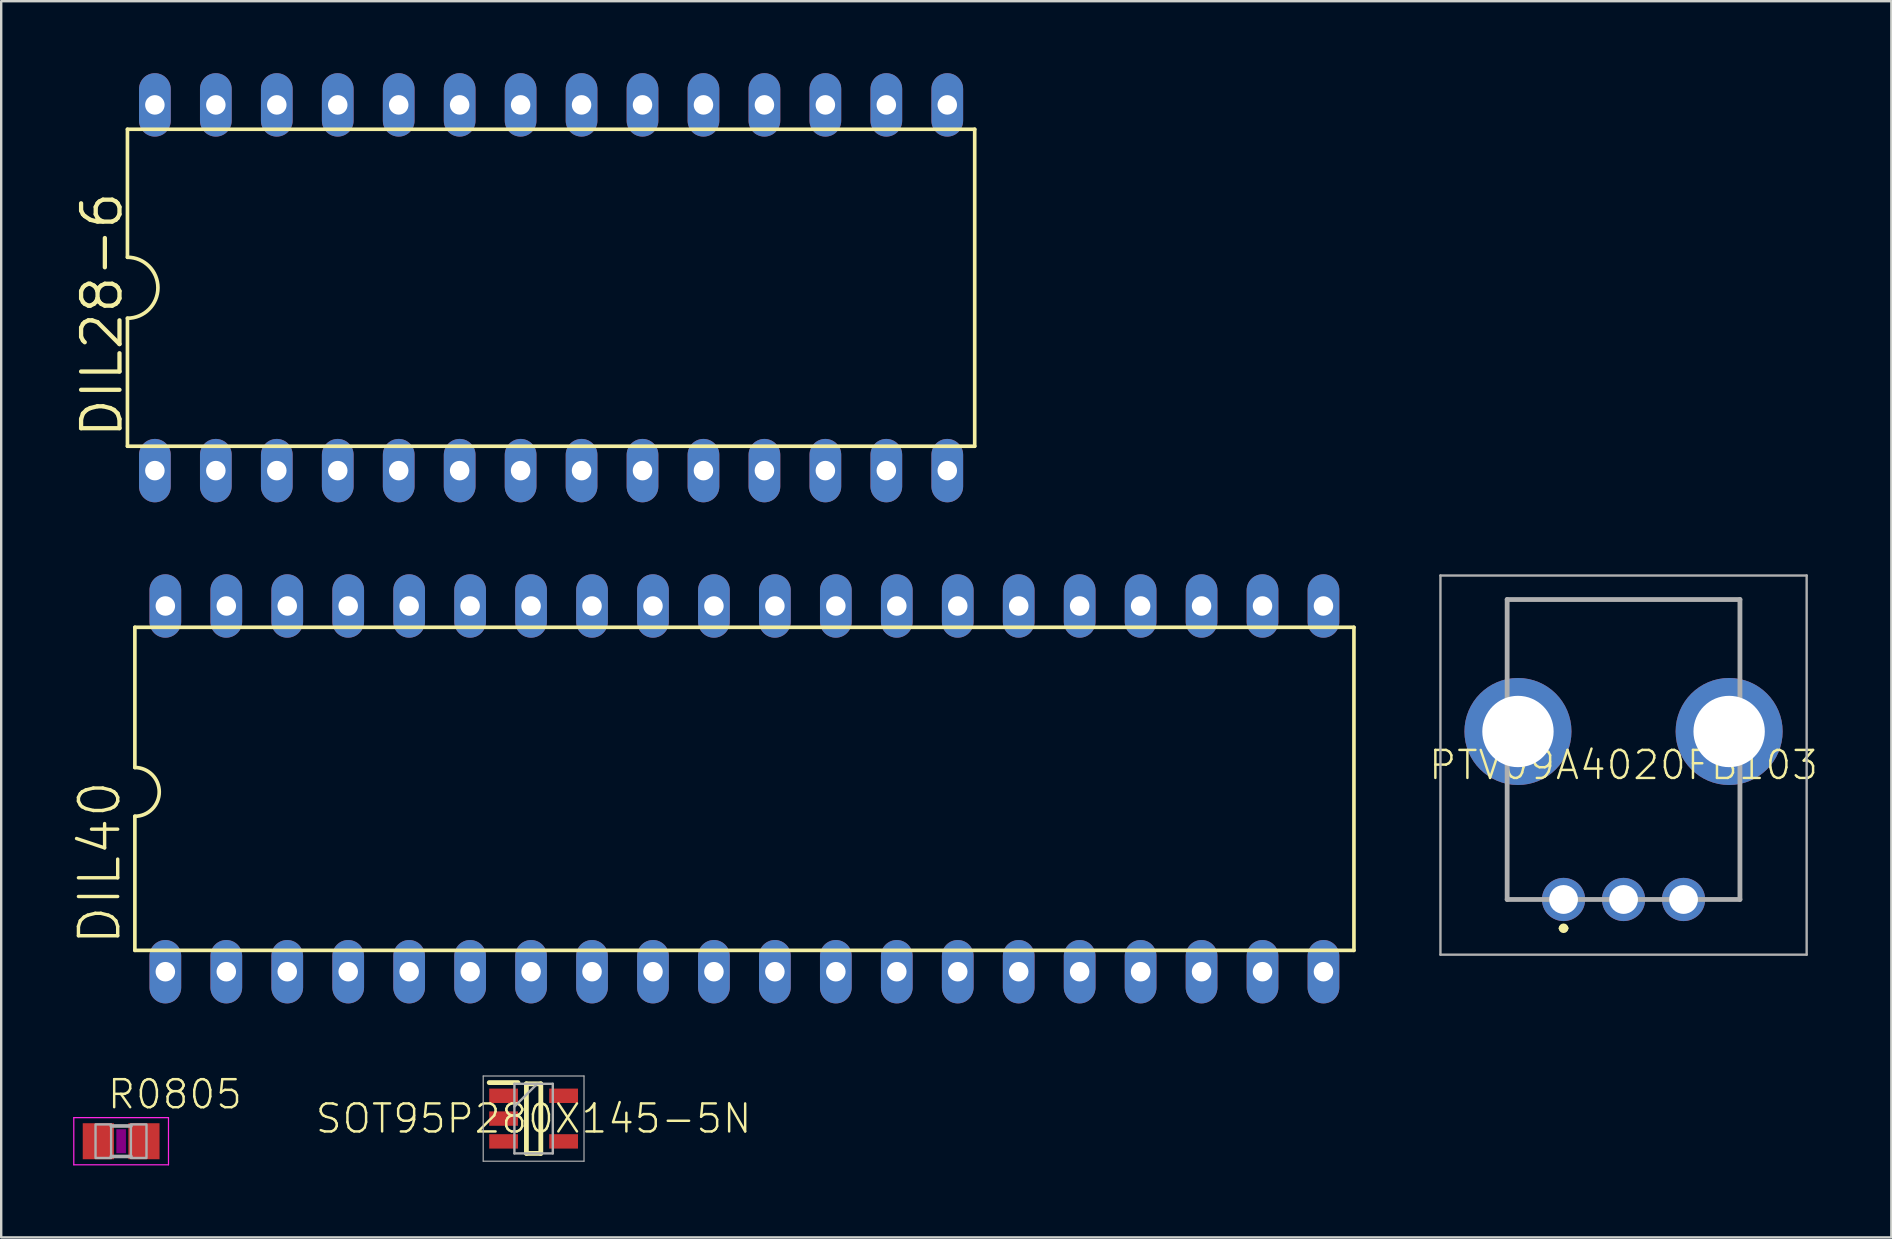
<source format=kicad_pcb>
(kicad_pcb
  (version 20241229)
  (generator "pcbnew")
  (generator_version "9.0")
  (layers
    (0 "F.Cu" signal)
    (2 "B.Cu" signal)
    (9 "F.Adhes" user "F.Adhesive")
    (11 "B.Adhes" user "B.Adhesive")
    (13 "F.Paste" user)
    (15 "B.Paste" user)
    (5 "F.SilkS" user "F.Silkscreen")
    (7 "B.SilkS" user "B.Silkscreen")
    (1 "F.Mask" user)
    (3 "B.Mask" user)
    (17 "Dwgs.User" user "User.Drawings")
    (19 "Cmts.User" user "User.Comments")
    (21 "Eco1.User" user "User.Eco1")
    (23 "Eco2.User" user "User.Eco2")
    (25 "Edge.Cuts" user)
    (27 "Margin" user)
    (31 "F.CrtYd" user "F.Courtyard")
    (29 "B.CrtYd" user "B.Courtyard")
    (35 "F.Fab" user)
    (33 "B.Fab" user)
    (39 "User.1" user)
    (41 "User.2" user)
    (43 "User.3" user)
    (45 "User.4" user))
  (footprint "SOT95P280X145-5N"
    (layer "F.Cu")
    (at 19.186 43.563)
    (property "Reference" "SOT95P280X145-5N" (at 0 0 0) (layer "F.SilkS") (effects (font (size 1.168 1.168) (thickness 0.102))))
    (fp_line (start -1.85 -1.5) (end -0.65 -1.5) (stroke (width 0.2) (type solid)) (layer "F.SilkS"))
    (fp_line (start -0.3 -1.45) (end 0.3 -1.45) (stroke (width 0.2) (type solid)) (layer "F.SilkS"))
    (fp_line (start -0.3 1.45) (end -0.3 -1.45) (stroke (width 0.2) (type solid)) (layer "F.SilkS"))
    (fp_line (start 0.3 -1.45) (end 0.3 1.45) (stroke (width 0.2) (type solid)) (layer "F.SilkS"))
    (fp_line (start 0.3 1.45) (end -0.3 1.45) (stroke (width 0.2) (type solid)) (layer "F.SilkS"))
    (fp_line (start -2.1 -1.775) (end 2.1 -1.775) (stroke (width 0.05) (type solid)) (layer "F.Fab"))
    (fp_line (start -2.1 1.775) (end -2.1 -1.775) (stroke (width 0.05) (type solid)) (layer "F.Fab"))
    (fp_line (start -0.8 -1.45) (end 0.8 -1.45) (stroke (width 0.1) (type solid)) (layer "F.Fab"))
    (fp_line (start -0.8 -0.5) (end 0.15 -1.45) (stroke (width 0.1) (type solid)) (layer "F.Fab"))
    (fp_line (start -0.8 1.45) (end -0.8 -1.45) (stroke (width 0.1) (type solid)) (layer "F.Fab"))
    (fp_line (start 0.8 -1.45) (end 0.8 1.45) (stroke (width 0.1) (type solid)) (layer "F.Fab"))
    (fp_line (start 0.8 1.45) (end -0.8 1.45) (stroke (width 0.1) (type solid)) (layer "F.Fab"))
    (fp_line (start 2.1 -1.775) (end 2.1 1.775) (stroke (width 0.05) (type solid)) (layer "F.Fab"))
    (fp_line (start 2.1 1.775) (end -2.1 1.775) (stroke (width 0.05) (type solid)) (layer "F.Fab"))
    (pad "1" smd rect (at -1.25 -0.95) (size 1.2 0.6) (layers "F.Cu" "F.Mask" "F.Paste"))
    (pad "2" smd rect (at -1.25 0) (size 1.2 0.6) (layers "F.Cu" "F.Mask" "F.Paste"))
    (pad "3" smd rect (at -1.25 0.95) (size 1.2 0.6) (layers "F.Cu" "F.Mask" "F.Paste"))
    (pad "4" smd rect (at 1.25 0.95) (size 1.2 0.6) (layers "F.Cu" "F.Mask" "F.Paste"))
    (pad "5" smd rect (at 1.25 -0.95) (size 1.2 0.6) (layers "F.Cu" "F.Mask" "F.Paste")))
  (footprint "DIL28-6"
    (layer "F.Cu")
    (at 19.914 8.941)
    (property "Reference" "DIL28-6" (at -17.78 6.35 90) (layer "F.SilkS") (effects (font (size 1.6 1.6) (thickness 0.178)) (justify left bottom)))
    (fp_line (start -17.653 -6.604) (end -17.653 -1.27) (stroke (width 0.152) (type solid)) (layer "F.SilkS"))
    (fp_line (start -17.653 -6.604) (end 17.653 -6.604) (stroke (width 0.152) (type solid)) (layer "F.SilkS"))
    (fp_line (start -17.653 1.27) (end -17.653 6.604) (stroke (width 0.152) (type solid)) (layer "F.SilkS"))
    (fp_line (start -17.653 6.604) (end 17.653 6.604) (stroke (width 0.152) (type solid)) (layer "F.SilkS"))
    (fp_line (start 17.653 6.604) (end 17.653 -6.604) (stroke (width 0.152) (type solid)) (layer "F.SilkS"))
    (fp_arc (start -17.653 -1.27) (mid -16.383 0) (end -17.653 1.27) (stroke (width 0.1524) (type solid)) (layer "F.SilkS"))
    (pad "1" thru_hole oval (at -16.51 7.62 90) (size 2.642 1.321) (drill 0.813) (layers "*.Cu" "*.Mask"))
    (pad "2" thru_hole oval (at -13.97 7.62 90) (size 2.642 1.321) (drill 0.813) (layers "*.Cu" "*.Mask"))
    (pad "3" thru_hole oval (at -11.43 7.62 90) (size 2.642 1.321) (drill 0.813) (layers "*.Cu" "*.Mask"))
    (pad "4" thru_hole oval (at -8.89 7.62 90) (size 2.642 1.321) (drill 0.813) (layers "*.Cu" "*.Mask"))
    (pad "5" thru_hole oval (at -6.35 7.62 90) (size 2.642 1.321) (drill 0.813) (layers "*.Cu" "*.Mask"))
    (pad "6" thru_hole oval (at -3.81 7.62 90) (size 2.642 1.321) (drill 0.813) (layers "*.Cu" "*.Mask"))
    (pad "7" thru_hole oval (at -1.27 7.62 90) (size 2.642 1.321) (drill 0.813) (layers "*.Cu" "*.Mask"))
    (pad "8" thru_hole oval (at 1.27 7.62 90) (size 2.642 1.321) (drill 0.813) (layers "*.Cu" "*.Mask"))
    (pad "9" thru_hole oval (at 3.81 7.62 90) (size 2.642 1.321) (drill 0.813) (layers "*.Cu" "*.Mask"))
    (pad "10" thru_hole oval (at 6.35 7.62 90) (size 2.642 1.321) (drill 0.813) (layers "*.Cu" "*.Mask"))
    (pad "11" thru_hole oval (at 8.89 7.62 90) (size 2.642 1.321) (drill 0.813) (layers "*.Cu" "*.Mask"))
    (pad "12" thru_hole oval (at 11.43 7.62 90) (size 2.642 1.321) (drill 0.813) (layers "*.Cu" "*.Mask"))
    (pad "13" thru_hole oval (at 13.97 7.62 90) (size 2.642 1.321) (drill 0.813) (layers "*.Cu" "*.Mask"))
    (pad "14" thru_hole oval (at 16.51 7.62 90) (size 2.642 1.321) (drill 0.813) (layers "*.Cu" "*.Mask"))
    (pad "15" thru_hole oval (at 16.51 -7.62 90) (size 2.642 1.321) (drill 0.813) (layers "*.Cu" "*.Mask"))
    (pad "16" thru_hole oval (at 13.97 -7.62 90) (size 2.642 1.321) (drill 0.813) (layers "*.Cu" "*.Mask"))
    (pad "17" thru_hole oval (at 11.43 -7.62 90) (size 2.642 1.321) (drill 0.813) (layers "*.Cu" "*.Mask"))
    (pad "18" thru_hole oval (at 8.89 -7.62 90) (size 2.642 1.321) (drill 0.813) (layers "*.Cu" "*.Mask"))
    (pad "19" thru_hole oval (at 6.35 -7.62 90) (size 2.642 1.321) (drill 0.813) (layers "*.Cu" "*.Mask"))
    (pad "20" thru_hole oval (at 3.81 -7.62 90) (size 2.642 1.321) (drill 0.813) (layers "*.Cu" "*.Mask"))
    (pad "21" thru_hole oval (at 1.27 -7.62 90) (size 2.642 1.321) (drill 0.813) (layers "*.Cu" "*.Mask"))
    (pad "22" thru_hole oval (at -1.27 -7.62 90) (size 2.642 1.321) (drill 0.813) (layers "*.Cu" "*.Mask"))
    (pad "23" thru_hole oval (at -3.81 -7.62 90) (size 2.642 1.321) (drill 0.813) (layers "*.Cu" "*.Mask"))
    (pad "24" thru_hole oval (at -6.35 -7.62 90) (size 2.642 1.321) (drill 0.813) (layers "*.Cu" "*.Mask"))
    (pad "25" thru_hole oval (at -8.89 -7.62 90) (size 2.642 1.321) (drill 0.813) (layers "*.Cu" "*.Mask"))
    (pad "26" thru_hole oval (at -11.43 -7.62 90) (size 2.642 1.321) (drill 0.813) (layers "*.Cu" "*.Mask"))
    (pad "27" thru_hole oval (at -13.97 -7.62 90) (size 2.642 1.321) (drill 0.813) (layers "*.Cu" "*.Mask"))
    (pad "28" thru_hole oval (at -16.51 -7.62 90) (size 2.642 1.321) (drill 0.813) (layers "*.Cu" "*.Mask")))
  (footprint "R0805"
    (layer "F.Cu")
    (at 1.998 44.506)
    (property "Reference" "R0805" (at -0.635 -1.27 0) (layer "F.SilkS") (effects (font (size 1.168 1.168) (thickness 0.102)) (justify left bottom)))
    (fp_poly (pts (xy -0.2 0.5) (xy 0.2 0.5) (xy 0.2 -0.5) (xy -0.2 -0.5)) (stroke (width 0) (type solid)) (fill yes) (layer "F.Adhes"))
    (fp_line (start -1.973 -0.983) (end 1.973 -0.983) (stroke (width 0.051) (type solid)) (layer "F.CrtYd"))
    (fp_line (start -1.973 0.983) (end -1.973 -0.983) (stroke (width 0.051) (type solid)) (layer "F.CrtYd"))
    (fp_line (start 1.973 -0.983) (end 1.973 0.983) (stroke (width 0.051) (type solid)) (layer "F.CrtYd"))
    (fp_line (start 1.973 0.983) (end -1.973 0.983) (stroke (width 0.051) (type solid)) (layer "F.CrtYd"))
    (fp_line (start -0.41 -0.635) (end 0.41 -0.635) (stroke (width 0.152) (type solid)) (layer "F.Fab"))
    (fp_line (start -0.41 0.635) (end 0.41 0.635) (stroke (width 0.152) (type solid)) (layer "F.Fab"))
    (fp_poly (pts (xy -1.067 0.699) (xy -0.417 0.699) (xy -0.417 -0.702) (xy -1.067 -0.702)) (stroke (width 0.1) (type solid)) (fill no) (layer "F.Fab"))
    (fp_poly (pts (xy 0.406 0.699) (xy 1.056 0.699) (xy 1.056 -0.702) (xy 0.406 -0.702)) (stroke (width 0.1) (type solid)) (fill no) (layer "F.Fab"))
    (pad "1" smd rect (at -0.95 0) (size 1.3 1.5) (layers "F.Cu" "F.Mask" "F.Paste"))
    (pad "2" smd rect (at 0.95 0) (size 1.3 1.5) (layers "F.Cu" "F.Mask" "F.Paste")))
  (footprint "DIL40"
    (layer "F.Cu")
    (at 27.97 29.822)
    (property "Reference" "DIL40" (at -25.908 6.604 90) (layer "F.SilkS") (effects (font (size 1.636 1.636) (thickness 0.142)) (justify left bottom)))
    (fp_line (start -25.4 -6.731) (end -25.4 -0.889) (stroke (width 0.152) (type solid)) (layer "F.SilkS"))
    (fp_line (start -25.4 6.731) (end -25.4 1.143) (stroke (width 0.152) (type solid)) (layer "F.SilkS"))
    (fp_line (start -25.4 6.731) (end 25.4 6.731) (stroke (width 0.152) (type solid)) (layer "F.SilkS"))
    (fp_line (start 25.4 -6.731) (end -25.4 -6.731) (stroke (width 0.152) (type solid)) (layer "F.SilkS"))
    (fp_line (start 25.4 -6.731) (end 25.4 6.731) (stroke (width 0.152) (type solid)) (layer "F.SilkS"))
    (fp_arc (start -25.4 -0.889) (mid -24.384 0.127) (end -25.4 1.143) (stroke (width 0.1524) (type solid)) (layer "F.SilkS"))
    (pad "1" thru_hole oval (at -24.13 7.62 90) (size 2.642 1.321) (drill 0.813) (layers "*.Cu" "*.Mask"))
    (pad "2" thru_hole oval (at -21.59 7.62 90) (size 2.642 1.321) (drill 0.813) (layers "*.Cu" "*.Mask"))
    (pad "3" thru_hole oval (at -19.05 7.62 90) (size 2.642 1.321) (drill 0.813) (layers "*.Cu" "*.Mask"))
    (pad "4" thru_hole oval (at -16.51 7.62 90) (size 2.642 1.321) (drill 0.813) (layers "*.Cu" "*.Mask"))
    (pad "5" thru_hole oval (at -13.97 7.62 90) (size 2.642 1.321) (drill 0.813) (layers "*.Cu" "*.Mask"))
    (pad "6" thru_hole oval (at -11.43 7.62 90) (size 2.642 1.321) (drill 0.813) (layers "*.Cu" "*.Mask"))
    (pad "7" thru_hole oval (at -8.89 7.62 90) (size 2.642 1.321) (drill 0.813) (layers "*.Cu" "*.Mask"))
    (pad "8" thru_hole oval (at -6.35 7.62 90) (size 2.642 1.321) (drill 0.813) (layers "*.Cu" "*.Mask"))
    (pad "9" thru_hole oval (at -3.81 7.62 90) (size 2.642 1.321) (drill 0.813) (layers "*.Cu" "*.Mask"))
    (pad "10" thru_hole oval (at -1.27 7.62 90) (size 2.642 1.321) (drill 0.813) (layers "*.Cu" "*.Mask"))
    (pad "11" thru_hole oval (at 1.27 7.62 90) (size 2.642 1.321) (drill 0.813) (layers "*.Cu" "*.Mask"))
    (pad "12" thru_hole oval (at 3.81 7.62 90) (size 2.642 1.321) (drill 0.813) (layers "*.Cu" "*.Mask"))
    (pad "13" thru_hole oval (at 6.35 7.62 90) (size 2.642 1.321) (drill 0.813) (layers "*.Cu" "*.Mask"))
    (pad "14" thru_hole oval (at 8.89 7.62 90) (size 2.642 1.321) (drill 0.813) (layers "*.Cu" "*.Mask"))
    (pad "15" thru_hole oval (at 11.43 7.62 90) (size 2.642 1.321) (drill 0.813) (layers "*.Cu" "*.Mask"))
    (pad "16" thru_hole oval (at 13.97 7.62 90) (size 2.642 1.321) (drill 0.813) (layers "*.Cu" "*.Mask"))
    (pad "17" thru_hole oval (at 16.51 7.62 90) (size 2.642 1.321) (drill 0.813) (layers "*.Cu" "*.Mask"))
    (pad "18" thru_hole oval (at 19.05 7.62 90) (size 2.642 1.321) (drill 0.813) (layers "*.Cu" "*.Mask"))
    (pad "19" thru_hole oval (at 21.59 7.62 90) (size 2.642 1.321) (drill 0.813) (layers "*.Cu" "*.Mask"))
    (pad "20" thru_hole oval (at 24.13 7.62 90) (size 2.642 1.321) (drill 0.813) (layers "*.Cu" "*.Mask"))
    (pad "21" thru_hole oval (at 24.13 -7.62 90) (size 2.642 1.321) (drill 0.813) (layers "*.Cu" "*.Mask"))
    (pad "22" thru_hole oval (at 21.59 -7.62 90) (size 2.642 1.321) (drill 0.813) (layers "*.Cu" "*.Mask"))
    (pad "23" thru_hole oval (at 19.05 -7.62 90) (size 2.642 1.321) (drill 0.813) (layers "*.Cu" "*.Mask"))
    (pad "24" thru_hole oval (at 16.51 -7.62 90) (size 2.642 1.321) (drill 0.813) (layers "*.Cu" "*.Mask"))
    (pad "25" thru_hole oval (at 13.97 -7.62 90) (size 2.642 1.321) (drill 0.813) (layers "*.Cu" "*.Mask"))
    (pad "26" thru_hole oval (at 11.43 -7.62 90) (size 2.642 1.321) (drill 0.813) (layers "*.Cu" "*.Mask"))
    (pad "27" thru_hole oval (at 8.89 -7.62 90) (size 2.642 1.321) (drill 0.813) (layers "*.Cu" "*.Mask"))
    (pad "28" thru_hole oval (at 6.35 -7.62 90) (size 2.642 1.321) (drill 0.813) (layers "*.Cu" "*.Mask"))
    (pad "29" thru_hole oval (at 3.81 -7.62 90) (size 2.642 1.321) (drill 0.813) (layers "*.Cu" "*.Mask"))
    (pad "30" thru_hole oval (at 1.27 -7.62 90) (size 2.642 1.321) (drill 0.813) (layers "*.Cu" "*.Mask"))
    (pad "31" thru_hole oval (at -1.27 -7.62 90) (size 2.642 1.321) (drill 0.813) (layers "*.Cu" "*.Mask"))
    (pad "32" thru_hole oval (at -3.81 -7.62 90) (size 2.642 1.321) (drill 0.813) (layers "*.Cu" "*.Mask"))
    (pad "33" thru_hole oval (at -6.35 -7.62 90) (size 2.642 1.321) (drill 0.813) (layers "*.Cu" "*.Mask"))
    (pad "34" thru_hole oval (at -8.89 -7.62 90) (size 2.642 1.321) (drill 0.813) (layers "*.Cu" "*.Mask"))
    (pad "35" thru_hole oval (at -11.43 -7.62 90) (size 2.642 1.321) (drill 0.813) (layers "*.Cu" "*.Mask"))
    (pad "36" thru_hole oval (at -13.97 -7.62 90) (size 2.642 1.321) (drill 0.813) (layers "*.Cu" "*.Mask"))
    (pad "37" thru_hole oval (at -16.51 -7.62 90) (size 2.642 1.321) (drill 0.813) (layers "*.Cu" "*.Mask"))
    (pad "38" thru_hole oval (at -19.05 -7.62 90) (size 2.642 1.321) (drill 0.813) (layers "*.Cu" "*.Mask"))
    (pad "39" thru_hole oval (at -21.59 -7.62 90) (size 2.642 1.321) (drill 0.813) (layers "*.Cu" "*.Mask"))
    (pad "40" thru_hole oval (at -24.13 -7.62 90) (size 2.642 1.321) (drill 0.813) (layers "*.Cu" "*.Mask")))
  (footprint "PTV09A4020FB103"
    (layer "F.Cu")
    (at 64.605 28.832)
    (property "Reference" "PTV09A4020FB103" (at 0 0 0) (layer "F.SilkS") (effects (font (size 1.168 1.168) (thickness 0.102))))
    (fp_line (start -4.85 -6.9) (end 4.85 -6.9) (stroke (width 0.1) (type solid)) (layer "F.SilkS"))
    (fp_line (start -4.85 -3.9) (end -4.85 -6.9) (stroke (width 0.1) (type solid)) (layer "F.SilkS"))
    (fp_line (start -4.85 1.1) (end -4.85 5.6) (stroke (width 0.1) (type solid)) (layer "F.SilkS"))
    (fp_line (start -4.85 5.6) (end -4 5.6) (stroke (width 0.1) (type solid)) (layer "F.SilkS"))
    (fp_line (start -2.6 6.8) (end -2.6 6.8) (stroke (width 0.2) (type solid)) (layer "F.SilkS"))
    (fp_line (start -2.4 6.8) (end -2.4 6.8) (stroke (width 0.2) (type solid)) (layer "F.SilkS"))
    (fp_line (start 4 5.6) (end 4.85 5.6) (stroke (width 0.1) (type solid)) (layer "F.SilkS"))
    (fp_line (start 4.85 -6.9) (end 4.85 -3.9) (stroke (width 0.1) (type solid)) (layer "F.SilkS"))
    (fp_line (start 4.85 5.6) (end 4.85 1.1) (stroke (width 0.1) (type solid)) (layer "F.SilkS"))
    (fp_arc (start -2.6 6.8) (mid -2.5 6.7) (end -2.4 6.8) (stroke (width 0.2) (type solid)) (layer "F.SilkS"))
    (fp_arc (start -2.4 6.8) (mid -2.5 6.9) (end -2.6 6.8) (stroke (width 0.2) (type solid)) (layer "F.SilkS"))
    (fp_line (start -7.63 -7.9) (end 7.63 -7.9) (stroke (width 0.1) (type solid)) (layer "F.Fab"))
    (fp_line (start -7.63 7.9) (end -7.63 -7.9) (stroke (width 0.1) (type solid)) (layer "F.Fab"))
    (fp_line (start -4.85 -6.9) (end 4.85 -6.9) (stroke (width 0.2) (type solid)) (layer "F.Fab"))
    (fp_line (start -4.85 5.6) (end -4.85 -6.9) (stroke (width 0.2) (type solid)) (layer "F.Fab"))
    (fp_line (start 4.85 -6.9) (end 4.85 5.6) (stroke (width 0.2) (type solid)) (layer "F.Fab"))
    (fp_line (start 4.85 5.6) (end -4.85 5.6) (stroke (width 0.2) (type solid)) (layer "F.Fab"))
    (fp_line (start 7.63 -7.9) (end 7.63 7.9) (stroke (width 0.1) (type solid)) (layer "F.Fab"))
    (fp_line (start 7.63 7.9) (end -7.63 7.9) (stroke (width 0.1) (type solid)) (layer "F.Fab"))
    (pad "1" thru_hole circle (at -2.5 5.6) (size 1.8 1.8) (drill 1.2) (layers "*.Cu" "*.Mask"))
    (pad "2" thru_hole circle (at 0 5.6) (size 1.8 1.8) (drill 1.2) (layers "*.Cu" "*.Mask"))
    (pad "3" thru_hole circle (at 2.5 5.6) (size 1.8 1.8) (drill 1.2) (layers "*.Cu" "*.Mask"))
    (pad "4" thru_hole circle (at -4.4 -1.4) (size 4.46 4.46) (drill 2.973) (layers "*.Cu" "*.Mask"))
    (pad "5" thru_hole circle (at 4.4 -1.4) (size 4.46 4.46) (drill 2.973) (layers "*.Cu" "*.Mask")))
  (gr_rect
    (start -3 -3)
    (end 75.764 48.515)
    (stroke (width 0.1) (type default))
    (fill no)
    (layer "Edge.Cuts")))
</source>
